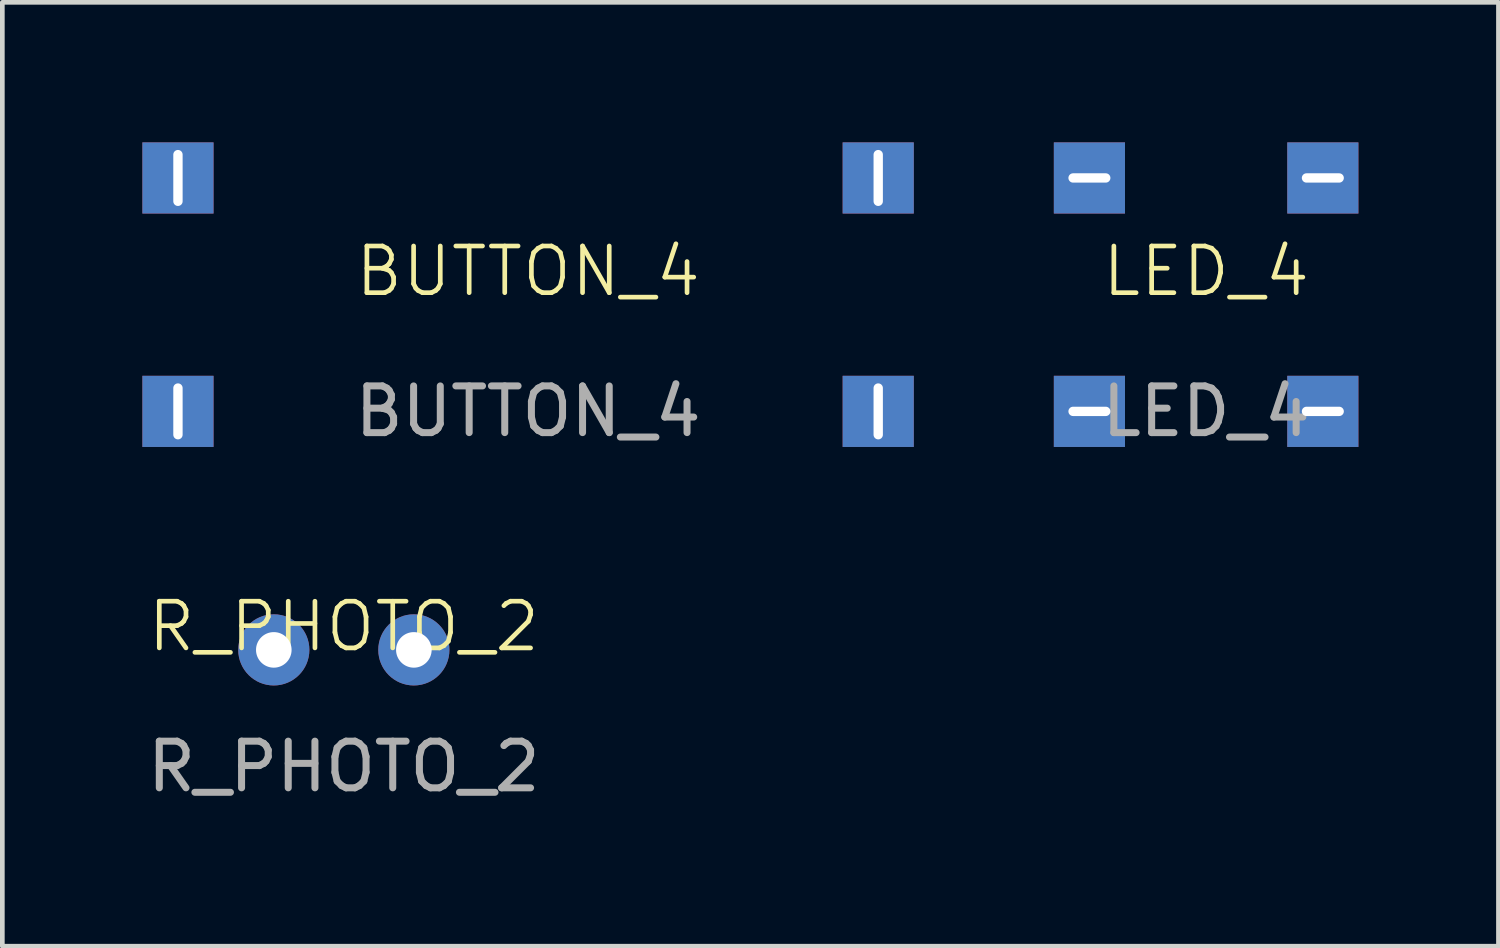
<source format=kicad_pcb>
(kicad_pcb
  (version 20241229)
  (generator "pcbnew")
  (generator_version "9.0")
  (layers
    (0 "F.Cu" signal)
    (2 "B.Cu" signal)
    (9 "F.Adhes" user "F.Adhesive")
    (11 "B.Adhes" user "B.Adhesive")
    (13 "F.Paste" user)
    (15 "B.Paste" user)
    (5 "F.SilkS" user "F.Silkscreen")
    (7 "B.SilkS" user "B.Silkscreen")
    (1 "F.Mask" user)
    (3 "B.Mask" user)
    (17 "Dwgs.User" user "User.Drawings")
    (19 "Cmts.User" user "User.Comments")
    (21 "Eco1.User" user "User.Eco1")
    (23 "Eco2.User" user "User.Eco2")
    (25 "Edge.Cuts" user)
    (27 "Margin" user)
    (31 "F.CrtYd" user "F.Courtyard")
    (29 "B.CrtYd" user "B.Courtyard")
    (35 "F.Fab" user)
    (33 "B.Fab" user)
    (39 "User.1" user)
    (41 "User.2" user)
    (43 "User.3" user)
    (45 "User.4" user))
  (footprint "LED_4"
    (layer "F.Cu")
    (at 22.786 3.262)
    (property "Reference" "LED_4" (at 0 -0.5 0) (unlocked yes) (layer "F.SilkS") (effects (font (size 1 1) (thickness 0.1))))
    (attr through_hole)
    (fp_text user "${REFERENCE}" (at 0 2.5 0) (unlocked yes) (layer "F.Fab") (effects (font (size 1 1) (thickness 0.15))))
    (pad "1" thru_hole rect (at -2.5 -2.5) (size 1.524 1.524) (drill oval 0.9 0.2) (layers "*.Cu" "*.Mask"))
    (pad "1" thru_hole rect (at 2.5 -2.5) (size 1.524 1.524) (drill oval 0.9 0.2) (layers "*.Cu" "*.Mask"))
    (pad "2" thru_hole rect (at -2.5 2.5) (size 1.524 1.524) (drill oval 0.9 0.2) (layers "*.Cu" "*.Mask"))
    (pad "2" thru_hole rect (at 2.5 2.5) (size 1.524 1.524) (drill oval 0.9 0.2) (layers "*.Cu" "*.Mask")))
  (footprint "BUTTON_4"
    (layer "F.Cu")
    (at 8.262 3.262)
    (property "Reference" "BUTTON_4" (at 0 -0.5 0) (unlocked yes) (layer "F.SilkS") (effects (font (size 1 1) (thickness 0.1))))
    (attr through_hole)
    (fp_text user "${REFERENCE}" (at 0 2.5 0) (unlocked yes) (layer "F.Fab") (effects (font (size 1 1) (thickness 0.15))))
    (pad "1" thru_hole rect (at -7.5 2.5 90) (size 1.524 1.524) (drill oval 1.2 0.2) (layers "*.Cu" "*.Mask"))
    (pad "1" thru_hole rect (at 7.5 2.5 90) (size 1.524 1.524) (drill oval 1.2 0.2) (layers "*.Cu" "*.Mask"))
    (pad "2" thru_hole rect (at -7.5 -2.5 90) (size 1.524 1.524) (drill oval 1.2 0.2) (layers "*.Cu" "*.Mask"))
    (pad "2" thru_hole rect (at 7.5 -2.5 90) (size 1.524 1.524) (drill oval 1.2 0.2) (layers "*.Cu" "*.Mask")))
  (footprint "R_PHOTO_2"
    (layer "F.Cu")
    (at 4.315 10.871)
    (property "Reference" "R_PHOTO_2" (at 0 -0.5 0) (unlocked yes) (layer "F.SilkS") (effects (font (size 1 1) (thickness 0.1))))
    (attr through_hole)
    (fp_text user "${REFERENCE}" (at 0 2.5 0) (unlocked yes) (layer "F.Fab") (effects (font (size 1 1) (thickness 0.15))))
    (pad "1" thru_hole circle (at -1.5 0) (size 1.524 1.524) (drill 0.762) (layers "*.Cu" "*.Mask"))
    (pad "2" thru_hole circle (at 1.5 0) (size 1.524 1.524) (drill 0.762) (layers "*.Cu" "*.Mask")))
  (gr_rect
    (start -3 -3)
    (end 29.048 17.219)
    (stroke (width 0.1) (type default))
    (fill no)
    (layer "Edge.Cuts")))
</source>
